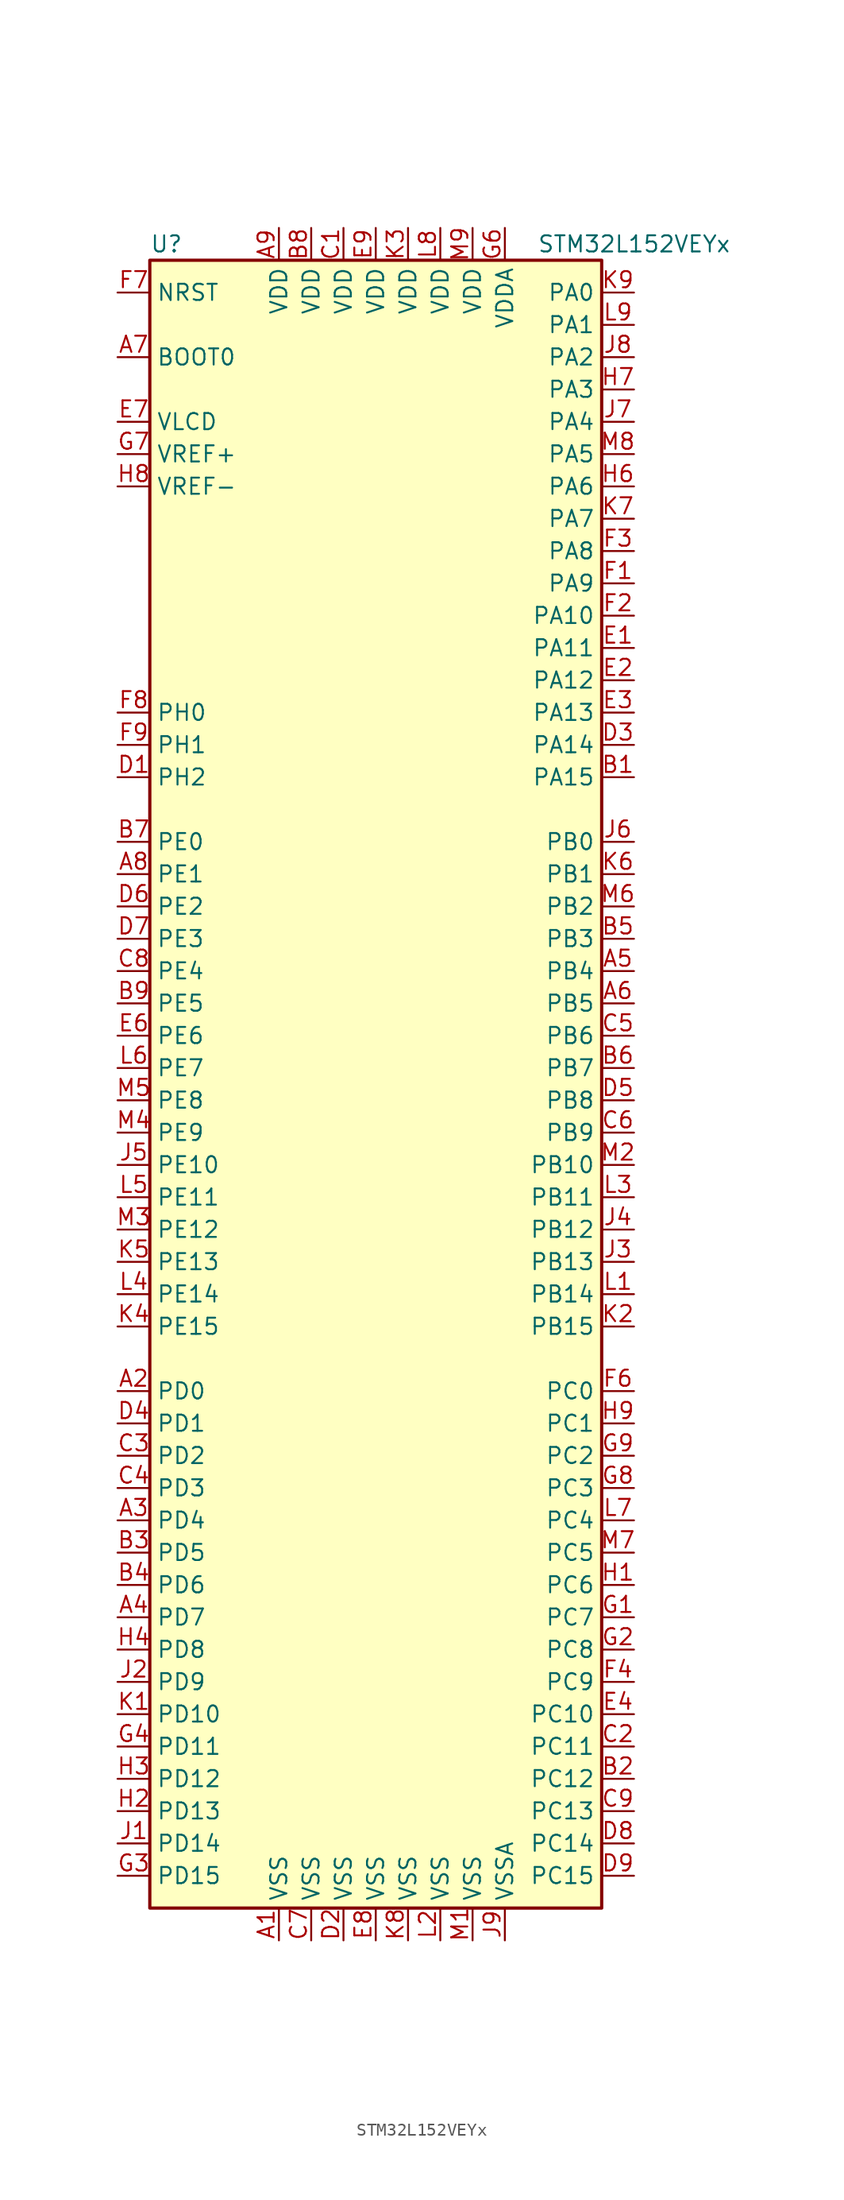
<source format=kicad_sym>
(kicad_symbol_lib
  (version 20201005)
  (generator kicad_symbol_editor)
  (symbol "STM32L152VEYx"
    (property "Reference" "U"
      (at -17.78 64.77 0)
      (effects (font (size 1.27 1.27)) (justify left)))
    (property "Value" "STM32L152VEYx"
      (at 12.7 64.77 0)
      (effects (font (size 1.27 1.27)) (justify left)))
    (symbol "STM32L152VEYx_0_1"
      (rectangle (start -17.78 -66.04) (end 17.78 63.5) (stroke (width 0.254)) (fill (type background))))
    (symbol "STM32L152VEYx_1_1"
      (pin input line (at -20.32 55.88 0) (length 2.54) (name "BOOT0" (effects (font (size 1.27 1.27)))) (number "A7" (effects (font (size 1.27 1.27)))))
      (pin input line (at -20.32 60.96 0) (length 2.54) (name "NRST" (effects (font (size 1.27 1.27)))) (number "F7" (effects (font (size 1.27 1.27)))))
      (pin bidirectional line (at 20.32 60.96 180) (length 2.54) (name "PA0" (effects (font (size 1.27 1.27)))) (number "K9" (effects (font (size 1.27 1.27)))))
      (pin bidirectional line (at 20.32 58.42 180) (length 2.54) (name "PA1" (effects (font (size 1.27 1.27)))) (number "L9" (effects (font (size 1.27 1.27)))))
      (pin bidirectional line (at 20.32 35.56 180) (length 2.54) (name "PA10" (effects (font (size 1.27 1.27)))) (number "F2" (effects (font (size 1.27 1.27)))))
      (pin bidirectional line (at 20.32 33.02 180) (length 2.54) (name "PA11" (effects (font (size 1.27 1.27)))) (number "E1" (effects (font (size 1.27 1.27)))))
      (pin bidirectional line (at 20.32 30.48 180) (length 2.54) (name "PA12" (effects (font (size 1.27 1.27)))) (number "E2" (effects (font (size 1.27 1.27)))))
      (pin bidirectional line (at 20.32 27.94 180) (length 2.54) (name "PA13" (effects (font (size 1.27 1.27)))) (number "E3" (effects (font (size 1.27 1.27)))))
      (pin bidirectional line (at 20.32 25.4 180) (length 2.54) (name "PA14" (effects (font (size 1.27 1.27)))) (number "D3" (effects (font (size 1.27 1.27)))))
      (pin bidirectional line (at 20.32 22.86 180) (length 2.54) (name "PA15" (effects (font (size 1.27 1.27)))) (number "B1" (effects (font (size 1.27 1.27)))))
      (pin bidirectional line (at 20.32 55.88 180) (length 2.54) (name "PA2" (effects (font (size 1.27 1.27)))) (number "J8" (effects (font (size 1.27 1.27)))))
      (pin bidirectional line (at 20.32 53.34 180) (length 2.54) (name "PA3" (effects (font (size 1.27 1.27)))) (number "H7" (effects (font (size 1.27 1.27)))))
      (pin bidirectional line (at 20.32 50.8 180) (length 2.54) (name "PA4" (effects (font (size 1.27 1.27)))) (number "J7" (effects (font (size 1.27 1.27)))))
      (pin bidirectional line (at 20.32 48.26 180) (length 2.54) (name "PA5" (effects (font (size 1.27 1.27)))) (number "M8" (effects (font (size 1.27 1.27)))))
      (pin bidirectional line (at 20.32 45.72 180) (length 2.54) (name "PA6" (effects (font (size 1.27 1.27)))) (number "H6" (effects (font (size 1.27 1.27)))))
      (pin bidirectional line (at 20.32 43.18 180) (length 2.54) (name "PA7" (effects (font (size 1.27 1.27)))) (number "K7" (effects (font (size 1.27 1.27)))))
      (pin bidirectional line (at 20.32 40.64 180) (length 2.54) (name "PA8" (effects (font (size 1.27 1.27)))) (number "F3" (effects (font (size 1.27 1.27)))))
      (pin bidirectional line (at 20.32 38.1 180) (length 2.54) (name "PA9" (effects (font (size 1.27 1.27)))) (number "F1" (effects (font (size 1.27 1.27)))))
      (pin bidirectional line (at 20.32 17.78 180) (length 2.54) (name "PB0" (effects (font (size 1.27 1.27)))) (number "J6" (effects (font (size 1.27 1.27)))))
      (pin bidirectional line (at 20.32 15.24 180) (length 2.54) (name "PB1" (effects (font (size 1.27 1.27)))) (number "K6" (effects (font (size 1.27 1.27)))))
      (pin bidirectional line (at 20.32 -7.62 180) (length 2.54) (name "PB10" (effects (font (size 1.27 1.27)))) (number "M2" (effects (font (size 1.27 1.27)))))
      (pin bidirectional line (at 20.32 -10.16 180) (length 2.54) (name "PB11" (effects (font (size 1.27 1.27)))) (number "L3" (effects (font (size 1.27 1.27)))))
      (pin bidirectional line (at 20.32 -12.7 180) (length 2.54) (name "PB12" (effects (font (size 1.27 1.27)))) (number "J4" (effects (font (size 1.27 1.27)))))
      (pin bidirectional line (at 20.32 -15.24 180) (length 2.54) (name "PB13" (effects (font (size 1.27 1.27)))) (number "J3" (effects (font (size 1.27 1.27)))))
      (pin bidirectional line (at 20.32 -17.78 180) (length 2.54) (name "PB14" (effects (font (size 1.27 1.27)))) (number "L1" (effects (font (size 1.27 1.27)))))
      (pin bidirectional line (at 20.32 -20.32 180) (length 2.54) (name "PB15" (effects (font (size 1.27 1.27)))) (number "K2" (effects (font (size 1.27 1.27)))))
      (pin bidirectional line (at 20.32 12.7 180) (length 2.54) (name "PB2" (effects (font (size 1.27 1.27)))) (number "M6" (effects (font (size 1.27 1.27)))))
      (pin bidirectional line (at 20.32 10.16 180) (length 2.54) (name "PB3" (effects (font (size 1.27 1.27)))) (number "B5" (effects (font (size 1.27 1.27)))))
      (pin bidirectional line (at 20.32 7.62 180) (length 2.54) (name "PB4" (effects (font (size 1.27 1.27)))) (number "A5" (effects (font (size 1.27 1.27)))))
      (pin bidirectional line (at 20.32 5.08 180) (length 2.54) (name "PB5" (effects (font (size 1.27 1.27)))) (number "A6" (effects (font (size 1.27 1.27)))))
      (pin bidirectional line (at 20.32 2.54 180) (length 2.54) (name "PB6" (effects (font (size 1.27 1.27)))) (number "C5" (effects (font (size 1.27 1.27)))))
      (pin bidirectional line (at 20.32 0 180) (length 2.54) (name "PB7" (effects (font (size 1.27 1.27)))) (number "B6" (effects (font (size 1.27 1.27)))))
      (pin bidirectional line (at 20.32 -2.54 180) (length 2.54) (name "PB8" (effects (font (size 1.27 1.27)))) (number "D5" (effects (font (size 1.27 1.27)))))
      (pin bidirectional line (at 20.32 -5.08 180) (length 2.54) (name "PB9" (effects (font (size 1.27 1.27)))) (number "C6" (effects (font (size 1.27 1.27)))))
      (pin bidirectional line (at 20.32 -25.4 180) (length 2.54) (name "PC0" (effects (font (size 1.27 1.27)))) (number "F6" (effects (font (size 1.27 1.27)))))
      (pin bidirectional line (at 20.32 -27.94 180) (length 2.54) (name "PC1" (effects (font (size 1.27 1.27)))) (number "H9" (effects (font (size 1.27 1.27)))))
      (pin bidirectional line (at 20.32 -50.8 180) (length 2.54) (name "PC10" (effects (font (size 1.27 1.27)))) (number "E4" (effects (font (size 1.27 1.27)))))
      (pin bidirectional line (at 20.32 -53.34 180) (length 2.54) (name "PC11" (effects (font (size 1.27 1.27)))) (number "C2" (effects (font (size 1.27 1.27)))))
      (pin bidirectional line (at 20.32 -55.88 180) (length 2.54) (name "PC12" (effects (font (size 1.27 1.27)))) (number "B2" (effects (font (size 1.27 1.27)))))
      (pin bidirectional line (at 20.32 -58.42 180) (length 2.54) (name "PC13" (effects (font (size 1.27 1.27)))) (number "C9" (effects (font (size 1.27 1.27)))))
      (pin bidirectional line (at 20.32 -60.96 180) (length 2.54) (name "PC14" (effects (font (size 1.27 1.27)))) (number "D8" (effects (font (size 1.27 1.27)))))
      (pin bidirectional line (at 20.32 -63.5 180) (length 2.54) (name "PC15" (effects (font (size 1.27 1.27)))) (number "D9" (effects (font (size 1.27 1.27)))))
      (pin bidirectional line (at 20.32 -30.48 180) (length 2.54) (name "PC2" (effects (font (size 1.27 1.27)))) (number "G9" (effects (font (size 1.27 1.27)))))
      (pin bidirectional line (at 20.32 -33.02 180) (length 2.54) (name "PC3" (effects (font (size 1.27 1.27)))) (number "G8" (effects (font (size 1.27 1.27)))))
      (pin bidirectional line (at 20.32 -35.56 180) (length 2.54) (name "PC4" (effects (font (size 1.27 1.27)))) (number "L7" (effects (font (size 1.27 1.27)))))
      (pin bidirectional line (at 20.32 -38.1 180) (length 2.54) (name "PC5" (effects (font (size 1.27 1.27)))) (number "M7" (effects (font (size 1.27 1.27)))))
      (pin bidirectional line (at 20.32 -40.64 180) (length 2.54) (name "PC6" (effects (font (size 1.27 1.27)))) (number "H1" (effects (font (size 1.27 1.27)))))
      (pin bidirectional line (at 20.32 -43.18 180) (length 2.54) (name "PC7" (effects (font (size 1.27 1.27)))) (number "G1" (effects (font (size 1.27 1.27)))))
      (pin bidirectional line (at 20.32 -45.72 180) (length 2.54) (name "PC8" (effects (font (size 1.27 1.27)))) (number "G2" (effects (font (size 1.27 1.27)))))
      (pin bidirectional line (at 20.32 -48.26 180) (length 2.54) (name "PC9" (effects (font (size 1.27 1.27)))) (number "F4" (effects (font (size 1.27 1.27)))))
      (pin bidirectional line (at -20.32 -25.4 0) (length 2.54) (name "PD0" (effects (font (size 1.27 1.27)))) (number "A2" (effects (font (size 1.27 1.27)))))
      (pin bidirectional line (at -20.32 -27.94 0) (length 2.54) (name "PD1" (effects (font (size 1.27 1.27)))) (number "D4" (effects (font (size 1.27 1.27)))))
      (pin bidirectional line (at -20.32 -50.8 0) (length 2.54) (name "PD10" (effects (font (size 1.27 1.27)))) (number "K1" (effects (font (size 1.27 1.27)))))
      (pin bidirectional line (at -20.32 -53.34 0) (length 2.54) (name "PD11" (effects (font (size 1.27 1.27)))) (number "G4" (effects (font (size 1.27 1.27)))))
      (pin bidirectional line (at -20.32 -55.88 0) (length 2.54) (name "PD12" (effects (font (size 1.27 1.27)))) (number "H3" (effects (font (size 1.27 1.27)))))
      (pin bidirectional line (at -20.32 -58.42 0) (length 2.54) (name "PD13" (effects (font (size 1.27 1.27)))) (number "H2" (effects (font (size 1.27 1.27)))))
      (pin bidirectional line (at -20.32 -60.96 0) (length 2.54) (name "PD14" (effects (font (size 1.27 1.27)))) (number "J1" (effects (font (size 1.27 1.27)))))
      (pin bidirectional line (at -20.32 -63.5 0) (length 2.54) (name "PD15" (effects (font (size 1.27 1.27)))) (number "G3" (effects (font (size 1.27 1.27)))))
      (pin bidirectional line (at -20.32 -30.48 0) (length 2.54) (name "PD2" (effects (font (size 1.27 1.27)))) (number "C3" (effects (font (size 1.27 1.27)))))
      (pin bidirectional line (at -20.32 -33.02 0) (length 2.54) (name "PD3" (effects (font (size 1.27 1.27)))) (number "C4" (effects (font (size 1.27 1.27)))))
      (pin bidirectional line (at -20.32 -35.56 0) (length 2.54) (name "PD4" (effects (font (size 1.27 1.27)))) (number "A3" (effects (font (size 1.27 1.27)))))
      (pin bidirectional line (at -20.32 -38.1 0) (length 2.54) (name "PD5" (effects (font (size 1.27 1.27)))) (number "B3" (effects (font (size 1.27 1.27)))))
      (pin bidirectional line (at -20.32 -40.64 0) (length 2.54) (name "PD6" (effects (font (size 1.27 1.27)))) (number "B4" (effects (font (size 1.27 1.27)))))
      (pin bidirectional line (at -20.32 -43.18 0) (length 2.54) (name "PD7" (effects (font (size 1.27 1.27)))) (number "A4" (effects (font (size 1.27 1.27)))))
      (pin bidirectional line (at -20.32 -45.72 0) (length 2.54) (name "PD8" (effects (font (size 1.27 1.27)))) (number "H4" (effects (font (size 1.27 1.27)))))
      (pin bidirectional line (at -20.32 -48.26 0) (length 2.54) (name "PD9" (effects (font (size 1.27 1.27)))) (number "J2" (effects (font (size 1.27 1.27)))))
      (pin bidirectional line (at -20.32 17.78 0) (length 2.54) (name "PE0" (effects (font (size 1.27 1.27)))) (number "B7" (effects (font (size 1.27 1.27)))))
      (pin bidirectional line (at -20.32 15.24 0) (length 2.54) (name "PE1" (effects (font (size 1.27 1.27)))) (number "A8" (effects (font (size 1.27 1.27)))))
      (pin bidirectional line (at -20.32 -7.62 0) (length 2.54) (name "PE10" (effects (font (size 1.27 1.27)))) (number "J5" (effects (font (size 1.27 1.27)))))
      (pin bidirectional line (at -20.32 -10.16 0) (length 2.54) (name "PE11" (effects (font (size 1.27 1.27)))) (number "L5" (effects (font (size 1.27 1.27)))))
      (pin bidirectional line (at -20.32 -12.7 0) (length 2.54) (name "PE12" (effects (font (size 1.27 1.27)))) (number "M3" (effects (font (size 1.27 1.27)))))
      (pin bidirectional line (at -20.32 -15.24 0) (length 2.54) (name "PE13" (effects (font (size 1.27 1.27)))) (number "K5" (effects (font (size 1.27 1.27)))))
      (pin bidirectional line (at -20.32 -17.78 0) (length 2.54) (name "PE14" (effects (font (size 1.27 1.27)))) (number "L4" (effects (font (size 1.27 1.27)))))
      (pin bidirectional line (at -20.32 -20.32 0) (length 2.54) (name "PE15" (effects (font (size 1.27 1.27)))) (number "K4" (effects (font (size 1.27 1.27)))))
      (pin bidirectional line (at -20.32 12.7 0) (length 2.54) (name "PE2" (effects (font (size 1.27 1.27)))) (number "D6" (effects (font (size 1.27 1.27)))))
      (pin bidirectional line (at -20.32 10.16 0) (length 2.54) (name "PE3" (effects (font (size 1.27 1.27)))) (number "D7" (effects (font (size 1.27 1.27)))))
      (pin bidirectional line (at -20.32 7.62 0) (length 2.54) (name "PE4" (effects (font (size 1.27 1.27)))) (number "C8" (effects (font (size 1.27 1.27)))))
      (pin bidirectional line (at -20.32 5.08 0) (length 2.54) (name "PE5" (effects (font (size 1.27 1.27)))) (number "B9" (effects (font (size 1.27 1.27)))))
      (pin bidirectional line (at -20.32 2.54 0) (length 2.54) (name "PE6" (effects (font (size 1.27 1.27)))) (number "E6" (effects (font (size 1.27 1.27)))))
      (pin bidirectional line (at -20.32 0 0) (length 2.54) (name "PE7" (effects (font (size 1.27 1.27)))) (number "L6" (effects (font (size 1.27 1.27)))))
      (pin bidirectional line (at -20.32 -2.54 0) (length 2.54) (name "PE8" (effects (font (size 1.27 1.27)))) (number "M5" (effects (font (size 1.27 1.27)))))
      (pin bidirectional line (at -20.32 -5.08 0) (length 2.54) (name "PE9" (effects (font (size 1.27 1.27)))) (number "M4" (effects (font (size 1.27 1.27)))))
      (pin input line (at -20.32 27.94 0) (length 2.54) (name "PH0" (effects (font (size 1.27 1.27)))) (number "F8" (effects (font (size 1.27 1.27)))))
      (pin input line (at -20.32 25.4 0) (length 2.54) (name "PH1" (effects (font (size 1.27 1.27)))) (number "F9" (effects (font (size 1.27 1.27)))))
      (pin bidirectional line (at -20.32 22.86 0) (length 2.54) (name "PH2" (effects (font (size 1.27 1.27)))) (number "D1" (effects (font (size 1.27 1.27)))))
      (pin power_in line (at -7.62 66.04 270) (length 2.54) (name "VDD" (effects (font (size 1.27 1.27)))) (number "A9" (effects (font (size 1.27 1.27)))))
      (pin power_in line (at -5.08 66.04 270) (length 2.54) (name "VDD" (effects (font (size 1.27 1.27)))) (number "B8" (effects (font (size 1.27 1.27)))))
      (pin power_in line (at -2.54 66.04 270) (length 2.54) (name "VDD" (effects (font (size 1.27 1.27)))) (number "C1" (effects (font (size 1.27 1.27)))))
      (pin power_in line (at 0 66.04 270) (length 2.54) (name "VDD" (effects (font (size 1.27 1.27)))) (number "E9" (effects (font (size 1.27 1.27)))))
      (pin power_in line (at 2.54 66.04 270) (length 2.54) (name "VDD" (effects (font (size 1.27 1.27)))) (number "K3" (effects (font (size 1.27 1.27)))))
      (pin power_in line (at 5.08 66.04 270) (length 2.54) (name "VDD" (effects (font (size 1.27 1.27)))) (number "L8" (effects (font (size 1.27 1.27)))))
      (pin power_in line (at 7.62 66.04 270) (length 2.54) (name "VDD" (effects (font (size 1.27 1.27)))) (number "M9" (effects (font (size 1.27 1.27)))))
      (pin power_in line (at 10.16 66.04 270) (length 2.54) (name "VDDA" (effects (font (size 1.27 1.27)))) (number "G6" (effects (font (size 1.27 1.27)))))
      (pin power_in line (at -20.32 50.8 0) (length 2.54) (name "VLCD" (effects (font (size 1.27 1.27)))) (number "E7" (effects (font (size 1.27 1.27)))))
      (pin power_in line (at -20.32 48.26 0) (length 2.54) (name "VREF+" (effects (font (size 1.27 1.27)))) (number "G7" (effects (font (size 1.27 1.27)))))
      (pin power_in line (at -20.32 45.72 0) (length 2.54) (name "VREF-" (effects (font (size 1.27 1.27)))) (number "H8" (effects (font (size 1.27 1.27)))))
      (pin power_in line (at -7.62 -68.58 90) (length 2.54) (name "VSS" (effects (font (size 1.27 1.27)))) (number "A1" (effects (font (size 1.27 1.27)))))
      (pin power_in line (at -5.08 -68.58 90) (length 2.54) (name "VSS" (effects (font (size 1.27 1.27)))) (number "C7" (effects (font (size 1.27 1.27)))))
      (pin power_in line (at -2.54 -68.58 90) (length 2.54) (name "VSS" (effects (font (size 1.27 1.27)))) (number "D2" (effects (font (size 1.27 1.27)))))
      (pin power_in line (at 0 -68.58 90) (length 2.54) (name "VSS" (effects (font (size 1.27 1.27)))) (number "E8" (effects (font (size 1.27 1.27)))))
      (pin power_in line (at 2.54 -68.58 90) (length 2.54) (name "VSS" (effects (font (size 1.27 1.27)))) (number "K8" (effects (font (size 1.27 1.27)))))
      (pin power_in line (at 5.08 -68.58 90) (length 2.54) (name "VSS" (effects (font (size 1.27 1.27)))) (number "L2" (effects (font (size 1.27 1.27)))))
      (pin power_in line (at 7.62 -68.58 90) (length 2.54) (name "VSS" (effects (font (size 1.27 1.27)))) (number "M1" (effects (font (size 1.27 1.27)))))
      (pin power_in line (at 10.16 -68.58 90) (length 2.54) (name "VSSA" (effects (font (size 1.27 1.27)))) (number "J9" (effects (font (size 1.27 1.27))))))))
</source>
